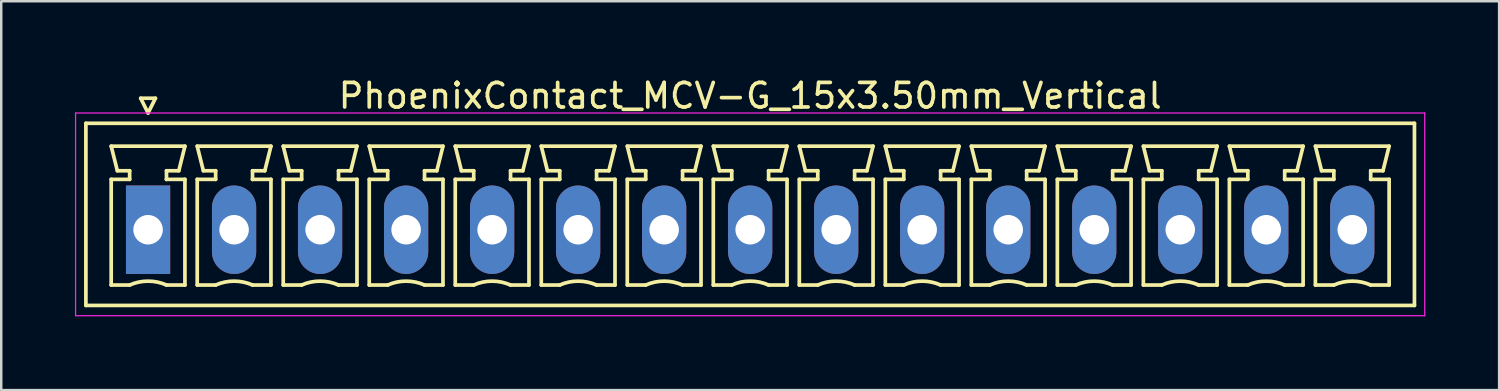
<source format=kicad_pcb>
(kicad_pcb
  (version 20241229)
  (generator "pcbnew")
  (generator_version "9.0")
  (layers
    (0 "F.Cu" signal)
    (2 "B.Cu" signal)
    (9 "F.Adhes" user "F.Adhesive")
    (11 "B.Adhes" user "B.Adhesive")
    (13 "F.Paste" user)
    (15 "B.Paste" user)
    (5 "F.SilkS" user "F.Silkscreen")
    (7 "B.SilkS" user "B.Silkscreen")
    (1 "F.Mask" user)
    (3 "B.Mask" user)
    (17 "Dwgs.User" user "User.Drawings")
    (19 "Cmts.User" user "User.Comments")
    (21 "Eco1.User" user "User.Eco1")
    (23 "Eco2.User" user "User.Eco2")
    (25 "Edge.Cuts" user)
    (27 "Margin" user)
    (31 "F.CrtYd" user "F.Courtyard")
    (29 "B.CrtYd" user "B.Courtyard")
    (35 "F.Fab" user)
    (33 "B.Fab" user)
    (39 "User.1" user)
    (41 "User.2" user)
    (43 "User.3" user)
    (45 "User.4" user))
  (footprint "PhoenixContact_MCV-G_15x3.50mm_Vertical"
    (layer "F.Cu")
    (at 2.975 6.298)
    (property "Reference" "PhoenixContact_MCV-G_15x3.50mm_Vertical" (at 24.5 -5.45 0) (layer "F.SilkS") (effects (font (size 1 1) (thickness 0.15))))
    (attr through_hole)
    (fp_line (start -2.53 -4.33) (end -2.53 3.08) (stroke (width 0.15) (type solid)) (layer "F.SilkS"))
    (fp_line (start -2.53 3.08) (end 51.53 3.08) (stroke (width 0.15) (type solid)) (layer "F.SilkS"))
    (fp_line (start -1.5 -3.4) (end 1.5 -3.4) (stroke (width 0.15) (type solid)) (layer "F.SilkS"))
    (fp_line (start -1.5 -2.05) (end -0.75 -2.05) (stroke (width 0.15) (type solid)) (layer "F.SilkS"))
    (fp_line (start -1.5 2.25) (end -1.5 -2.05) (stroke (width 0.15) (type solid)) (layer "F.SilkS"))
    (fp_line (start -1.25 -2.4) (end -1.5 -3.4) (stroke (width 0.15) (type solid)) (layer "F.SilkS"))
    (fp_line (start -0.75 -2.4) (end -1.25 -2.4) (stroke (width 0.15) (type solid)) (layer "F.SilkS"))
    (fp_line (start -0.75 -2.05) (end -0.75 -2.4) (stroke (width 0.15) (type solid)) (layer "F.SilkS"))
    (fp_line (start -0.75 2.25) (end -1.5 2.25) (stroke (width 0.15) (type solid)) (layer "F.SilkS"))
    (fp_line (start -0.3 -5.35) (end 0 -4.75) (stroke (width 0.15) (type solid)) (layer "F.SilkS"))
    (fp_line (start 0 -4.75) (end 0.3 -5.35) (stroke (width 0.15) (type solid)) (layer "F.SilkS"))
    (fp_line (start 0.3 -5.35) (end -0.3 -5.35) (stroke (width 0.15) (type solid)) (layer "F.SilkS"))
    (fp_line (start 0.75 -2.4) (end 0.75 -2.05) (stroke (width 0.15) (type solid)) (layer "F.SilkS"))
    (fp_line (start 0.75 -2.05) (end 0.75 -2.05) (stroke (width 0.15) (type solid)) (layer "F.SilkS"))
    (fp_line (start 0.75 -2.05) (end 1.5 -2.05) (stroke (width 0.15) (type solid)) (layer "F.SilkS"))
    (fp_line (start 1.25 -2.4) (end 0.75 -2.4) (stroke (width 0.15) (type solid)) (layer "F.SilkS"))
    (fp_line (start 1.5 -3.4) (end 1.25 -2.4) (stroke (width 0.15) (type solid)) (layer "F.SilkS"))
    (fp_line (start 1.5 -2.05) (end 1.5 2.25) (stroke (width 0.15) (type solid)) (layer "F.SilkS"))
    (fp_line (start 1.5 2.25) (end 0.75 2.25) (stroke (width 0.15) (type solid)) (layer "F.SilkS"))
    (fp_line (start 2 -3.4) (end 5 -3.4) (stroke (width 0.15) (type solid)) (layer "F.SilkS"))
    (fp_line (start 2 -2.05) (end 2.75 -2.05) (stroke (width 0.15) (type solid)) (layer "F.SilkS"))
    (fp_line (start 2 2.25) (end 2 -2.05) (stroke (width 0.15) (type solid)) (layer "F.SilkS"))
    (fp_line (start 2.25 -2.4) (end 2 -3.4) (stroke (width 0.15) (type solid)) (layer "F.SilkS"))
    (fp_line (start 2.75 -2.4) (end 2.25 -2.4) (stroke (width 0.15) (type solid)) (layer "F.SilkS"))
    (fp_line (start 2.75 -2.05) (end 2.75 -2.4) (stroke (width 0.15) (type solid)) (layer "F.SilkS"))
    (fp_line (start 2.75 2.25) (end 2 2.25) (stroke (width 0.15) (type solid)) (layer "F.SilkS"))
    (fp_line (start 4.25 -2.4) (end 4.25 -2.05) (stroke (width 0.15) (type solid)) (layer "F.SilkS"))
    (fp_line (start 4.25 -2.05) (end 4.25 -2.05) (stroke (width 0.15) (type solid)) (layer "F.SilkS"))
    (fp_line (start 4.25 -2.05) (end 5 -2.05) (stroke (width 0.15) (type solid)) (layer "F.SilkS"))
    (fp_line (start 4.75 -2.4) (end 4.25 -2.4) (stroke (width 0.15) (type solid)) (layer "F.SilkS"))
    (fp_line (start 5 -3.4) (end 4.75 -2.4) (stroke (width 0.15) (type solid)) (layer "F.SilkS"))
    (fp_line (start 5 -2.05) (end 5 2.25) (stroke (width 0.15) (type solid)) (layer "F.SilkS"))
    (fp_line (start 5 2.25) (end 4.25 2.25) (stroke (width 0.15) (type solid)) (layer "F.SilkS"))
    (fp_line (start 5.5 -3.4) (end 8.5 -3.4) (stroke (width 0.15) (type solid)) (layer "F.SilkS"))
    (fp_line (start 5.5 -2.05) (end 6.25 -2.05) (stroke (width 0.15) (type solid)) (layer "F.SilkS"))
    (fp_line (start 5.5 2.25) (end 5.5 -2.05) (stroke (width 0.15) (type solid)) (layer "F.SilkS"))
    (fp_line (start 5.75 -2.4) (end 5.5 -3.4) (stroke (width 0.15) (type solid)) (layer "F.SilkS"))
    (fp_line (start 6.25 -2.4) (end 5.75 -2.4) (stroke (width 0.15) (type solid)) (layer "F.SilkS"))
    (fp_line (start 6.25 -2.05) (end 6.25 -2.4) (stroke (width 0.15) (type solid)) (layer "F.SilkS"))
    (fp_line (start 6.25 2.25) (end 5.5 2.25) (stroke (width 0.15) (type solid)) (layer "F.SilkS"))
    (fp_line (start 7.75 -2.4) (end 7.75 -2.05) (stroke (width 0.15) (type solid)) (layer "F.SilkS"))
    (fp_line (start 7.75 -2.05) (end 7.75 -2.05) (stroke (width 0.15) (type solid)) (layer "F.SilkS"))
    (fp_line (start 7.75 -2.05) (end 8.5 -2.05) (stroke (width 0.15) (type solid)) (layer "F.SilkS"))
    (fp_line (start 8.25 -2.4) (end 7.75 -2.4) (stroke (width 0.15) (type solid)) (layer "F.SilkS"))
    (fp_line (start 8.5 -3.4) (end 8.25 -2.4) (stroke (width 0.15) (type solid)) (layer "F.SilkS"))
    (fp_line (start 8.5 -2.05) (end 8.5 2.25) (stroke (width 0.15) (type solid)) (layer "F.SilkS"))
    (fp_line (start 8.5 2.25) (end 7.75 2.25) (stroke (width 0.15) (type solid)) (layer "F.SilkS"))
    (fp_line (start 9 -3.4) (end 12 -3.4) (stroke (width 0.15) (type solid)) (layer "F.SilkS"))
    (fp_line (start 9 -2.05) (end 9.75 -2.05) (stroke (width 0.15) (type solid)) (layer "F.SilkS"))
    (fp_line (start 9 2.25) (end 9 -2.05) (stroke (width 0.15) (type solid)) (layer "F.SilkS"))
    (fp_line (start 9.25 -2.4) (end 9 -3.4) (stroke (width 0.15) (type solid)) (layer "F.SilkS"))
    (fp_line (start 9.75 -2.4) (end 9.25 -2.4) (stroke (width 0.15) (type solid)) (layer "F.SilkS"))
    (fp_line (start 9.75 -2.05) (end 9.75 -2.4) (stroke (width 0.15) (type solid)) (layer "F.SilkS"))
    (fp_line (start 9.75 2.25) (end 9 2.25) (stroke (width 0.15) (type solid)) (layer "F.SilkS"))
    (fp_line (start 11.25 -2.4) (end 11.25 -2.05) (stroke (width 0.15) (type solid)) (layer "F.SilkS"))
    (fp_line (start 11.25 -2.05) (end 11.25 -2.05) (stroke (width 0.15) (type solid)) (layer "F.SilkS"))
    (fp_line (start 11.25 -2.05) (end 12 -2.05) (stroke (width 0.15) (type solid)) (layer "F.SilkS"))
    (fp_line (start 11.75 -2.4) (end 11.25 -2.4) (stroke (width 0.15) (type solid)) (layer "F.SilkS"))
    (fp_line (start 12 -3.4) (end 11.75 -2.4) (stroke (width 0.15) (type solid)) (layer "F.SilkS"))
    (fp_line (start 12 -2.05) (end 12 2.25) (stroke (width 0.15) (type solid)) (layer "F.SilkS"))
    (fp_line (start 12 2.25) (end 11.25 2.25) (stroke (width 0.15) (type solid)) (layer "F.SilkS"))
    (fp_line (start 12.5 -3.4) (end 15.5 -3.4) (stroke (width 0.15) (type solid)) (layer "F.SilkS"))
    (fp_line (start 12.5 -2.05) (end 13.25 -2.05) (stroke (width 0.15) (type solid)) (layer "F.SilkS"))
    (fp_line (start 12.5 2.25) (end 12.5 -2.05) (stroke (width 0.15) (type solid)) (layer "F.SilkS"))
    (fp_line (start 12.75 -2.4) (end 12.5 -3.4) (stroke (width 0.15) (type solid)) (layer "F.SilkS"))
    (fp_line (start 13.25 -2.4) (end 12.75 -2.4) (stroke (width 0.15) (type solid)) (layer "F.SilkS"))
    (fp_line (start 13.25 -2.05) (end 13.25 -2.4) (stroke (width 0.15) (type solid)) (layer "F.SilkS"))
    (fp_line (start 13.25 2.25) (end 12.5 2.25) (stroke (width 0.15) (type solid)) (layer "F.SilkS"))
    (fp_line (start 14.75 -2.4) (end 14.75 -2.05) (stroke (width 0.15) (type solid)) (layer "F.SilkS"))
    (fp_line (start 14.75 -2.05) (end 14.75 -2.05) (stroke (width 0.15) (type solid)) (layer "F.SilkS"))
    (fp_line (start 14.75 -2.05) (end 15.5 -2.05) (stroke (width 0.15) (type solid)) (layer "F.SilkS"))
    (fp_line (start 15.25 -2.4) (end 14.75 -2.4) (stroke (width 0.15) (type solid)) (layer "F.SilkS"))
    (fp_line (start 15.5 -3.4) (end 15.25 -2.4) (stroke (width 0.15) (type solid)) (layer "F.SilkS"))
    (fp_line (start 15.5 -2.05) (end 15.5 2.25) (stroke (width 0.15) (type solid)) (layer "F.SilkS"))
    (fp_line (start 15.5 2.25) (end 14.75 2.25) (stroke (width 0.15) (type solid)) (layer "F.SilkS"))
    (fp_line (start 16 -3.4) (end 19 -3.4) (stroke (width 0.15) (type solid)) (layer "F.SilkS"))
    (fp_line (start 16 -2.05) (end 16.75 -2.05) (stroke (width 0.15) (type solid)) (layer "F.SilkS"))
    (fp_line (start 16 2.25) (end 16 -2.05) (stroke (width 0.15) (type solid)) (layer "F.SilkS"))
    (fp_line (start 16.25 -2.4) (end 16 -3.4) (stroke (width 0.15) (type solid)) (layer "F.SilkS"))
    (fp_line (start 16.75 -2.4) (end 16.25 -2.4) (stroke (width 0.15) (type solid)) (layer "F.SilkS"))
    (fp_line (start 16.75 -2.05) (end 16.75 -2.4) (stroke (width 0.15) (type solid)) (layer "F.SilkS"))
    (fp_line (start 16.75 2.25) (end 16 2.25) (stroke (width 0.15) (type solid)) (layer "F.SilkS"))
    (fp_line (start 18.25 -2.4) (end 18.25 -2.05) (stroke (width 0.15) (type solid)) (layer "F.SilkS"))
    (fp_line (start 18.25 -2.05) (end 18.25 -2.05) (stroke (width 0.15) (type solid)) (layer "F.SilkS"))
    (fp_line (start 18.25 -2.05) (end 19 -2.05) (stroke (width 0.15) (type solid)) (layer "F.SilkS"))
    (fp_line (start 18.75 -2.4) (end 18.25 -2.4) (stroke (width 0.15) (type solid)) (layer "F.SilkS"))
    (fp_line (start 19 -3.4) (end 18.75 -2.4) (stroke (width 0.15) (type solid)) (layer "F.SilkS"))
    (fp_line (start 19 -2.05) (end 19 2.25) (stroke (width 0.15) (type solid)) (layer "F.SilkS"))
    (fp_line (start 19 2.25) (end 18.25 2.25) (stroke (width 0.15) (type solid)) (layer "F.SilkS"))
    (fp_line (start 19.5 -3.4) (end 22.5 -3.4) (stroke (width 0.15) (type solid)) (layer "F.SilkS"))
    (fp_line (start 19.5 -2.05) (end 20.25 -2.05) (stroke (width 0.15) (type solid)) (layer "F.SilkS"))
    (fp_line (start 19.5 2.25) (end 19.5 -2.05) (stroke (width 0.15) (type solid)) (layer "F.SilkS"))
    (fp_line (start 19.75 -2.4) (end 19.5 -3.4) (stroke (width 0.15) (type solid)) (layer "F.SilkS"))
    (fp_line (start 20.25 -2.4) (end 19.75 -2.4) (stroke (width 0.15) (type solid)) (layer "F.SilkS"))
    (fp_line (start 20.25 -2.05) (end 20.25 -2.4) (stroke (width 0.15) (type solid)) (layer "F.SilkS"))
    (fp_line (start 20.25 2.25) (end 19.5 2.25) (stroke (width 0.15) (type solid)) (layer "F.SilkS"))
    (fp_line (start 21.75 -2.4) (end 21.75 -2.05) (stroke (width 0.15) (type solid)) (layer "F.SilkS"))
    (fp_line (start 21.75 -2.05) (end 21.75 -2.05) (stroke (width 0.15) (type solid)) (layer "F.SilkS"))
    (fp_line (start 21.75 -2.05) (end 22.5 -2.05) (stroke (width 0.15) (type solid)) (layer "F.SilkS"))
    (fp_line (start 22.25 -2.4) (end 21.75 -2.4) (stroke (width 0.15) (type solid)) (layer "F.SilkS"))
    (fp_line (start 22.5 -3.4) (end 22.25 -2.4) (stroke (width 0.15) (type solid)) (layer "F.SilkS"))
    (fp_line (start 22.5 -2.05) (end 22.5 2.25) (stroke (width 0.15) (type solid)) (layer "F.SilkS"))
    (fp_line (start 22.5 2.25) (end 21.75 2.25) (stroke (width 0.15) (type solid)) (layer "F.SilkS"))
    (fp_line (start 23 -3.4) (end 26 -3.4) (stroke (width 0.15) (type solid)) (layer "F.SilkS"))
    (fp_line (start 23 -2.05) (end 23.75 -2.05) (stroke (width 0.15) (type solid)) (layer "F.SilkS"))
    (fp_line (start 23 2.25) (end 23 -2.05) (stroke (width 0.15) (type solid)) (layer "F.SilkS"))
    (fp_line (start 23.25 -2.4) (end 23 -3.4) (stroke (width 0.15) (type solid)) (layer "F.SilkS"))
    (fp_line (start 23.75 -2.4) (end 23.25 -2.4) (stroke (width 0.15) (type solid)) (layer "F.SilkS"))
    (fp_line (start 23.75 -2.05) (end 23.75 -2.4) (stroke (width 0.15) (type solid)) (layer "F.SilkS"))
    (fp_line (start 23.75 2.25) (end 23 2.25) (stroke (width 0.15) (type solid)) (layer "F.SilkS"))
    (fp_line (start 25.25 -2.4) (end 25.25 -2.05) (stroke (width 0.15) (type solid)) (layer "F.SilkS"))
    (fp_line (start 25.25 -2.05) (end 25.25 -2.05) (stroke (width 0.15) (type solid)) (layer "F.SilkS"))
    (fp_line (start 25.25 -2.05) (end 26 -2.05) (stroke (width 0.15) (type solid)) (layer "F.SilkS"))
    (fp_line (start 25.75 -2.4) (end 25.25 -2.4) (stroke (width 0.15) (type solid)) (layer "F.SilkS"))
    (fp_line (start 26 -3.4) (end 25.75 -2.4) (stroke (width 0.15) (type solid)) (layer "F.SilkS"))
    (fp_line (start 26 -2.05) (end 26 2.25) (stroke (width 0.15) (type solid)) (layer "F.SilkS"))
    (fp_line (start 26 2.25) (end 25.25 2.25) (stroke (width 0.15) (type solid)) (layer "F.SilkS"))
    (fp_line (start 26.5 -3.4) (end 29.5 -3.4) (stroke (width 0.15) (type solid)) (layer "F.SilkS"))
    (fp_line (start 26.5 -2.05) (end 27.25 -2.05) (stroke (width 0.15) (type solid)) (layer "F.SilkS"))
    (fp_line (start 26.5 2.25) (end 26.5 -2.05) (stroke (width 0.15) (type solid)) (layer "F.SilkS"))
    (fp_line (start 26.75 -2.4) (end 26.5 -3.4) (stroke (width 0.15) (type solid)) (layer "F.SilkS"))
    (fp_line (start 27.25 -2.4) (end 26.75 -2.4) (stroke (width 0.15) (type solid)) (layer "F.SilkS"))
    (fp_line (start 27.25 -2.05) (end 27.25 -2.4) (stroke (width 0.15) (type solid)) (layer "F.SilkS"))
    (fp_line (start 27.25 2.25) (end 26.5 2.25) (stroke (width 0.15) (type solid)) (layer "F.SilkS"))
    (fp_line (start 28.75 -2.4) (end 28.75 -2.05) (stroke (width 0.15) (type solid)) (layer "F.SilkS"))
    (fp_line (start 28.75 -2.05) (end 28.75 -2.05) (stroke (width 0.15) (type solid)) (layer "F.SilkS"))
    (fp_line (start 28.75 -2.05) (end 29.5 -2.05) (stroke (width 0.15) (type solid)) (layer "F.SilkS"))
    (fp_line (start 29.25 -2.4) (end 28.75 -2.4) (stroke (width 0.15) (type solid)) (layer "F.SilkS"))
    (fp_line (start 29.5 -3.4) (end 29.25 -2.4) (stroke (width 0.15) (type solid)) (layer "F.SilkS"))
    (fp_line (start 29.5 -2.05) (end 29.5 2.25) (stroke (width 0.15) (type solid)) (layer "F.SilkS"))
    (fp_line (start 29.5 2.25) (end 28.75 2.25) (stroke (width 0.15) (type solid)) (layer "F.SilkS"))
    (fp_line (start 30 -3.4) (end 33 -3.4) (stroke (width 0.15) (type solid)) (layer "F.SilkS"))
    (fp_line (start 30 -2.05) (end 30.75 -2.05) (stroke (width 0.15) (type solid)) (layer "F.SilkS"))
    (fp_line (start 30 2.25) (end 30 -2.05) (stroke (width 0.15) (type solid)) (layer "F.SilkS"))
    (fp_line (start 30.25 -2.4) (end 30 -3.4) (stroke (width 0.15) (type solid)) (layer "F.SilkS"))
    (fp_line (start 30.75 -2.4) (end 30.25 -2.4) (stroke (width 0.15) (type solid)) (layer "F.SilkS"))
    (fp_line (start 30.75 -2.05) (end 30.75 -2.4) (stroke (width 0.15) (type solid)) (layer "F.SilkS"))
    (fp_line (start 30.75 2.25) (end 30 2.25) (stroke (width 0.15) (type solid)) (layer "F.SilkS"))
    (fp_line (start 32.25 -2.4) (end 32.25 -2.05) (stroke (width 0.15) (type solid)) (layer "F.SilkS"))
    (fp_line (start 32.25 -2.05) (end 32.25 -2.05) (stroke (width 0.15) (type solid)) (layer "F.SilkS"))
    (fp_line (start 32.25 -2.05) (end 33 -2.05) (stroke (width 0.15) (type solid)) (layer "F.SilkS"))
    (fp_line (start 32.75 -2.4) (end 32.25 -2.4) (stroke (width 0.15) (type solid)) (layer "F.SilkS"))
    (fp_line (start 33 -3.4) (end 32.75 -2.4) (stroke (width 0.15) (type solid)) (layer "F.SilkS"))
    (fp_line (start 33 -2.05) (end 33 2.25) (stroke (width 0.15) (type solid)) (layer "F.SilkS"))
    (fp_line (start 33 2.25) (end 32.25 2.25) (stroke (width 0.15) (type solid)) (layer "F.SilkS"))
    (fp_line (start 33.5 -3.4) (end 36.5 -3.4) (stroke (width 0.15) (type solid)) (layer "F.SilkS"))
    (fp_line (start 33.5 -2.05) (end 34.25 -2.05) (stroke (width 0.15) (type solid)) (layer "F.SilkS"))
    (fp_line (start 33.5 2.25) (end 33.5 -2.05) (stroke (width 0.15) (type solid)) (layer "F.SilkS"))
    (fp_line (start 33.75 -2.4) (end 33.5 -3.4) (stroke (width 0.15) (type solid)) (layer "F.SilkS"))
    (fp_line (start 34.25 -2.4) (end 33.75 -2.4) (stroke (width 0.15) (type solid)) (layer "F.SilkS"))
    (fp_line (start 34.25 -2.05) (end 34.25 -2.4) (stroke (width 0.15) (type solid)) (layer "F.SilkS"))
    (fp_line (start 34.25 2.25) (end 33.5 2.25) (stroke (width 0.15) (type solid)) (layer "F.SilkS"))
    (fp_line (start 35.75 -2.4) (end 35.75 -2.05) (stroke (width 0.15) (type solid)) (layer "F.SilkS"))
    (fp_line (start 35.75 -2.05) (end 35.75 -2.05) (stroke (width 0.15) (type solid)) (layer "F.SilkS"))
    (fp_line (start 35.75 -2.05) (end 36.5 -2.05) (stroke (width 0.15) (type solid)) (layer "F.SilkS"))
    (fp_line (start 36.25 -2.4) (end 35.75 -2.4) (stroke (width 0.15) (type solid)) (layer "F.SilkS"))
    (fp_line (start 36.5 -3.4) (end 36.25 -2.4) (stroke (width 0.15) (type solid)) (layer "F.SilkS"))
    (fp_line (start 36.5 -2.05) (end 36.5 2.25) (stroke (width 0.15) (type solid)) (layer "F.SilkS"))
    (fp_line (start 36.5 2.25) (end 35.75 2.25) (stroke (width 0.15) (type solid)) (layer "F.SilkS"))
    (fp_line (start 37 -3.4) (end 40 -3.4) (stroke (width 0.15) (type solid)) (layer "F.SilkS"))
    (fp_line (start 37 -2.05) (end 37.75 -2.05) (stroke (width 0.15) (type solid)) (layer "F.SilkS"))
    (fp_line (start 37 2.25) (end 37 -2.05) (stroke (width 0.15) (type solid)) (layer "F.SilkS"))
    (fp_line (start 37.25 -2.4) (end 37 -3.4) (stroke (width 0.15) (type solid)) (layer "F.SilkS"))
    (fp_line (start 37.75 -2.4) (end 37.25 -2.4) (stroke (width 0.15) (type solid)) (layer "F.SilkS"))
    (fp_line (start 37.75 -2.05) (end 37.75 -2.4) (stroke (width 0.15) (type solid)) (layer "F.SilkS"))
    (fp_line (start 37.75 2.25) (end 37 2.25) (stroke (width 0.15) (type solid)) (layer "F.SilkS"))
    (fp_line (start 39.25 -2.4) (end 39.25 -2.05) (stroke (width 0.15) (type solid)) (layer "F.SilkS"))
    (fp_line (start 39.25 -2.05) (end 39.25 -2.05) (stroke (width 0.15) (type solid)) (layer "F.SilkS"))
    (fp_line (start 39.25 -2.05) (end 40 -2.05) (stroke (width 0.15) (type solid)) (layer "F.SilkS"))
    (fp_line (start 39.75 -2.4) (end 39.25 -2.4) (stroke (width 0.15) (type solid)) (layer "F.SilkS"))
    (fp_line (start 40 -3.4) (end 39.75 -2.4) (stroke (width 0.15) (type solid)) (layer "F.SilkS"))
    (fp_line (start 40 -2.05) (end 40 2.25) (stroke (width 0.15) (type solid)) (layer "F.SilkS"))
    (fp_line (start 40 2.25) (end 39.25 2.25) (stroke (width 0.15) (type solid)) (layer "F.SilkS"))
    (fp_line (start 40.5 -3.4) (end 43.5 -3.4) (stroke (width 0.15) (type solid)) (layer "F.SilkS"))
    (fp_line (start 40.5 -2.05) (end 41.25 -2.05) (stroke (width 0.15) (type solid)) (layer "F.SilkS"))
    (fp_line (start 40.5 2.25) (end 40.5 -2.05) (stroke (width 0.15) (type solid)) (layer "F.SilkS"))
    (fp_line (start 40.75 -2.4) (end 40.5 -3.4) (stroke (width 0.15) (type solid)) (layer "F.SilkS"))
    (fp_line (start 41.25 -2.4) (end 40.75 -2.4) (stroke (width 0.15) (type solid)) (layer "F.SilkS"))
    (fp_line (start 41.25 -2.05) (end 41.25 -2.4) (stroke (width 0.15) (type solid)) (layer "F.SilkS"))
    (fp_line (start 41.25 2.25) (end 40.5 2.25) (stroke (width 0.15) (type solid)) (layer "F.SilkS"))
    (fp_line (start 42.75 -2.4) (end 42.75 -2.05) (stroke (width 0.15) (type solid)) (layer "F.SilkS"))
    (fp_line (start 42.75 -2.05) (end 42.75 -2.05) (stroke (width 0.15) (type solid)) (layer "F.SilkS"))
    (fp_line (start 42.75 -2.05) (end 43.5 -2.05) (stroke (width 0.15) (type solid)) (layer "F.SilkS"))
    (fp_line (start 43.25 -2.4) (end 42.75 -2.4) (stroke (width 0.15) (type solid)) (layer "F.SilkS"))
    (fp_line (start 43.5 -3.4) (end 43.25 -2.4) (stroke (width 0.15) (type solid)) (layer "F.SilkS"))
    (fp_line (start 43.5 -2.05) (end 43.5 2.25) (stroke (width 0.15) (type solid)) (layer "F.SilkS"))
    (fp_line (start 43.5 2.25) (end 42.75 2.25) (stroke (width 0.15) (type solid)) (layer "F.SilkS"))
    (fp_line (start 44 -3.4) (end 47 -3.4) (stroke (width 0.15) (type solid)) (layer "F.SilkS"))
    (fp_line (start 44 -2.05) (end 44.75 -2.05) (stroke (width 0.15) (type solid)) (layer "F.SilkS"))
    (fp_line (start 44 2.25) (end 44 -2.05) (stroke (width 0.15) (type solid)) (layer "F.SilkS"))
    (fp_line (start 44.25 -2.4) (end 44 -3.4) (stroke (width 0.15) (type solid)) (layer "F.SilkS"))
    (fp_line (start 44.75 -2.4) (end 44.25 -2.4) (stroke (width 0.15) (type solid)) (layer "F.SilkS"))
    (fp_line (start 44.75 -2.05) (end 44.75 -2.4) (stroke (width 0.15) (type solid)) (layer "F.SilkS"))
    (fp_line (start 44.75 2.25) (end 44 2.25) (stroke (width 0.15) (type solid)) (layer "F.SilkS"))
    (fp_line (start 46.25 -2.4) (end 46.25 -2.05) (stroke (width 0.15) (type solid)) (layer "F.SilkS"))
    (fp_line (start 46.25 -2.05) (end 46.25 -2.05) (stroke (width 0.15) (type solid)) (layer "F.SilkS"))
    (fp_line (start 46.25 -2.05) (end 47 -2.05) (stroke (width 0.15) (type solid)) (layer "F.SilkS"))
    (fp_line (start 46.75 -2.4) (end 46.25 -2.4) (stroke (width 0.15) (type solid)) (layer "F.SilkS"))
    (fp_line (start 47 -3.4) (end 46.75 -2.4) (stroke (width 0.15) (type solid)) (layer "F.SilkS"))
    (fp_line (start 47 -2.05) (end 47 2.25) (stroke (width 0.15) (type solid)) (layer "F.SilkS"))
    (fp_line (start 47 2.25) (end 46.25 2.25) (stroke (width 0.15) (type solid)) (layer "F.SilkS"))
    (fp_line (start 47.5 -3.4) (end 50.5 -3.4) (stroke (width 0.15) (type solid)) (layer "F.SilkS"))
    (fp_line (start 47.5 -2.05) (end 48.25 -2.05) (stroke (width 0.15) (type solid)) (layer "F.SilkS"))
    (fp_line (start 47.5 2.25) (end 47.5 -2.05) (stroke (width 0.15) (type solid)) (layer "F.SilkS"))
    (fp_line (start 47.75 -2.4) (end 47.5 -3.4) (stroke (width 0.15) (type solid)) (layer "F.SilkS"))
    (fp_line (start 48.25 -2.4) (end 47.75 -2.4) (stroke (width 0.15) (type solid)) (layer "F.SilkS"))
    (fp_line (start 48.25 -2.05) (end 48.25 -2.4) (stroke (width 0.15) (type solid)) (layer "F.SilkS"))
    (fp_line (start 48.25 2.25) (end 47.5 2.25) (stroke (width 0.15) (type solid)) (layer "F.SilkS"))
    (fp_line (start 49.75 -2.4) (end 49.75 -2.05) (stroke (width 0.15) (type solid)) (layer "F.SilkS"))
    (fp_line (start 49.75 -2.05) (end 49.75 -2.05) (stroke (width 0.15) (type solid)) (layer "F.SilkS"))
    (fp_line (start 49.75 -2.05) (end 50.5 -2.05) (stroke (width 0.15) (type solid)) (layer "F.SilkS"))
    (fp_line (start 50.25 -2.4) (end 49.75 -2.4) (stroke (width 0.15) (type solid)) (layer "F.SilkS"))
    (fp_line (start 50.5 -3.4) (end 50.25 -2.4) (stroke (width 0.15) (type solid)) (layer "F.SilkS"))
    (fp_line (start 50.5 -2.05) (end 50.5 2.25) (stroke (width 0.15) (type solid)) (layer "F.SilkS"))
    (fp_line (start 50.5 2.25) (end 49.75 2.25) (stroke (width 0.15) (type solid)) (layer "F.SilkS"))
    (fp_line (start 51.53 -4.33) (end -2.53 -4.33) (stroke (width 0.15) (type solid)) (layer "F.SilkS"))
    (fp_line (start 51.53 3.08) (end 51.53 -4.33) (stroke (width 0.15) (type solid)) (layer "F.SilkS"))
    (fp_arc (start -0.75 2.25) (mid -0.000193 2.09191) (end 0.749647 2.249844) (stroke (width 0.15) (type solid)) (layer "F.SilkS"))
    (fp_arc (start 2.75 2.25) (mid 3.499807 2.09191) (end 4.249647 2.249844) (stroke (width 0.15) (type solid)) (layer "F.SilkS"))
    (fp_arc (start 6.25 2.25) (mid 6.999807 2.09191) (end 7.749647 2.249844) (stroke (width 0.15) (type solid)) (layer "F.SilkS"))
    (fp_arc (start 9.75 2.25) (mid 10.499807 2.09191) (end 11.249647 2.249844) (stroke (width 0.15) (type solid)) (layer "F.SilkS"))
    (fp_arc (start 13.25 2.25) (mid 13.999807 2.09191) (end 14.749647 2.249844) (stroke (width 0.15) (type solid)) (layer "F.SilkS"))
    (fp_arc (start 16.75 2.25) (mid 17.499807 2.09191) (end 18.249647 2.249844) (stroke (width 0.15) (type solid)) (layer "F.SilkS"))
    (fp_arc (start 20.25 2.25) (mid 20.999807 2.09191) (end 21.749647 2.249844) (stroke (width 0.15) (type solid)) (layer "F.SilkS"))
    (fp_arc (start 23.75 2.25) (mid 24.499807 2.09191) (end 25.249647 2.249844) (stroke (width 0.15) (type solid)) (layer "F.SilkS"))
    (fp_arc (start 27.25 2.25) (mid 27.999807 2.09191) (end 28.749647 2.249844) (stroke (width 0.15) (type solid)) (layer "F.SilkS"))
    (fp_arc (start 30.75 2.25) (mid 31.499807 2.09191) (end 32.249647 2.249844) (stroke (width 0.15) (type solid)) (layer "F.SilkS"))
    (fp_arc (start 34.25 2.25) (mid 34.999807 2.09191) (end 35.749647 2.249844) (stroke (width 0.15) (type solid)) (layer "F.SilkS"))
    (fp_arc (start 37.75 2.25) (mid 38.499807 2.09191) (end 39.249647 2.249844) (stroke (width 0.15) (type solid)) (layer "F.SilkS"))
    (fp_arc (start 41.25 2.25) (mid 41.999807 2.09191) (end 42.749647 2.249844) (stroke (width 0.15) (type solid)) (layer "F.SilkS"))
    (fp_arc (start 44.75 2.25) (mid 45.499807 2.09191) (end 46.249647 2.249844) (stroke (width 0.15) (type solid)) (layer "F.SilkS"))
    (fp_arc (start 48.25 2.25) (mid 48.999807 2.09191) (end 49.749647 2.249844) (stroke (width 0.15) (type solid)) (layer "F.SilkS"))
    (fp_line (start -2.95 -4.75) (end -2.95 3.5) (stroke (width 0.05) (type solid)) (layer "F.CrtYd"))
    (fp_line (start -2.95 3.5) (end 51.95 3.5) (stroke (width 0.05) (type solid)) (layer "F.CrtYd"))
    (fp_line (start 51.95 -4.75) (end -2.95 -4.75) (stroke (width 0.05) (type solid)) (layer "F.CrtYd"))
    (fp_line (start 51.95 3.5) (end 51.95 -4.75) (stroke (width 0.05) (type solid)) (layer "F.CrtYd"))
    (pad "1" thru_hole rect (at 0 0) (size 1.8 3.6) (drill 1.2) (layers "*.Cu" "*.Mask"))
    (pad "2" thru_hole oval (at 3.5 0) (size 1.8 3.6) (drill 1.2) (layers "*.Cu" "*.Mask"))
    (pad "3" thru_hole oval (at 7 0) (size 1.8 3.6) (drill 1.2) (layers "*.Cu" "*.Mask"))
    (pad "4" thru_hole oval (at 10.5 0) (size 1.8 3.6) (drill 1.2) (layers "*.Cu" "*.Mask"))
    (pad "5" thru_hole oval (at 14 0) (size 1.8 3.6) (drill 1.2) (layers "*.Cu" "*.Mask"))
    (pad "6" thru_hole oval (at 17.5 0) (size 1.8 3.6) (drill 1.2) (layers "*.Cu" "*.Mask"))
    (pad "7" thru_hole oval (at 21 0) (size 1.8 3.6) (drill 1.2) (layers "*.Cu" "*.Mask"))
    (pad "8" thru_hole oval (at 24.5 0) (size 1.8 3.6) (drill 1.2) (layers "*.Cu" "*.Mask"))
    (pad "9" thru_hole oval (at 28 0) (size 1.8 3.6) (drill 1.2) (layers "*.Cu" "*.Mask"))
    (pad "10" thru_hole oval (at 31.5 0) (size 1.8 3.6) (drill 1.2) (layers "*.Cu" "*.Mask"))
    (pad "11" thru_hole oval (at 35 0) (size 1.8 3.6) (drill 1.2) (layers "*.Cu" "*.Mask"))
    (pad "12" thru_hole oval (at 38.5 0) (size 1.8 3.6) (drill 1.2) (layers "*.Cu" "*.Mask"))
    (pad "13" thru_hole oval (at 42 0) (size 1.8 3.6) (drill 1.2) (layers "*.Cu" "*.Mask"))
    (pad "14" thru_hole oval (at 45.5 0) (size 1.8 3.6) (drill 1.2) (layers "*.Cu" "*.Mask"))
    (pad "15" thru_hole oval (at 49 0) (size 1.8 3.6) (drill 1.2) (layers "*.Cu" "*.Mask")))
  (gr_rect
    (start -3 -3)
    (end 57.95 12.823)
    (stroke (width 0.1) (type default))
    (fill no)
    (layer "Edge.Cuts")))
</source>
